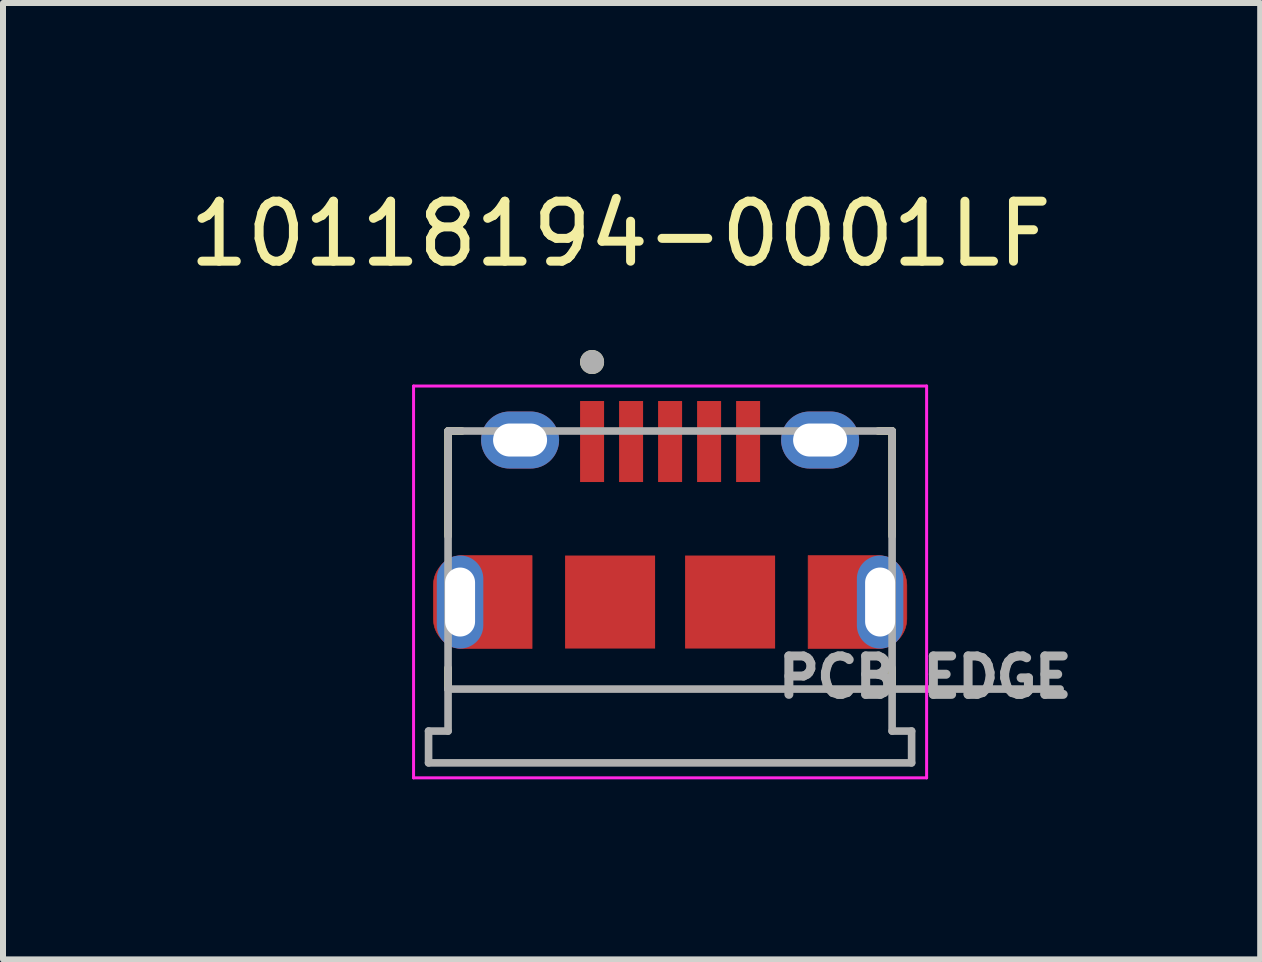
<source format=kicad_pcb>
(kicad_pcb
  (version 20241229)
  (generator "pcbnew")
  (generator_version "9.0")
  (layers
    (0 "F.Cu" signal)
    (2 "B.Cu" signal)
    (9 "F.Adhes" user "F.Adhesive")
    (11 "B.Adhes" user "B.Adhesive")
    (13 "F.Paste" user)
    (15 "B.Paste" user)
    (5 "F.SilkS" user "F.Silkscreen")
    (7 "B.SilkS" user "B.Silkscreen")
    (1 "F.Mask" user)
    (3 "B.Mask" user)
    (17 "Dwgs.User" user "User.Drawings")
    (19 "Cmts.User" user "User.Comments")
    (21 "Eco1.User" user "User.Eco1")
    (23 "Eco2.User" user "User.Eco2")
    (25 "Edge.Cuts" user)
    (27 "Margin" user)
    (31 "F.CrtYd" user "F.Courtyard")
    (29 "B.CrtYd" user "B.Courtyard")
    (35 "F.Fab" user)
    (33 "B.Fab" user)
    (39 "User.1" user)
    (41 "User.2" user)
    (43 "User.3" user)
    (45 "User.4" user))
  (footprint "10118194-0001LF"
    (layer "F.Cu")
    (at 8.117 6.983)
    (property "Reference" "10118194-0001LF" (at -0.825 -6.135 0) (layer "F.SilkS") (effects (font (size 1 1) (thickness 0.15))))
    (attr smd)
    (fp_poly (pts (xy -2.3 0.775) (xy -3.445 0.775) (xy -3.471 0.774) (xy -3.497 0.772) (xy -3.523 0.769) (xy -3.549 0.764) (xy -3.574 0.758) (xy -3.6 0.751) (xy -3.624 0.742) (xy -3.648 0.732) (xy -3.672 0.721) (xy -3.695 0.708) (xy -3.717 0.694) (xy -3.739 0.68) (xy -3.76 0.664) (xy -3.78 0.647) (xy -3.799 0.629) (xy -3.817 0.61) (xy -3.834 0.59) (xy -3.85 0.569) (xy -3.864 0.547) (xy -3.878 0.525) (xy -3.891 0.502) (xy -3.902 0.478) (xy -3.912 0.454) (xy -3.921 0.43) (xy -3.928 0.404) (xy -3.934 0.379) (xy -3.939 0.353) (xy -3.942 0.327) (xy -3.944 0.301) (xy -3.945 0.275) (xy -3.945 -0.275) (xy -3.944 -0.301) (xy -3.942 -0.327) (xy -3.939 -0.353) (xy -3.934 -0.379) (xy -3.928 -0.404) (xy -3.921 -0.43) (xy -3.912 -0.454) (xy -3.902 -0.478) (xy -3.891 -0.502) (xy -3.878 -0.525) (xy -3.864 -0.547) (xy -3.85 -0.569) (xy -3.834 -0.59) (xy -3.817 -0.61) (xy -3.799 -0.629) (xy -3.78 -0.647) (xy -3.76 -0.664) (xy -3.739 -0.68) (xy -3.717 -0.694) (xy -3.695 -0.708) (xy -3.672 -0.721) (xy -3.648 -0.732) (xy -3.624 -0.742) (xy -3.6 -0.751) (xy -3.574 -0.758) (xy -3.549 -0.764) (xy -3.523 -0.769) (xy -3.497 -0.772) (xy -3.471 -0.774) (xy -3.445 -0.775) (xy -2.3 -0.775) (xy -2.3 0.775)) (stroke (width 0.01) (type solid)) (fill yes) (layer "F.Cu"))
    (fp_poly (pts (xy 2.3 -0.775) (xy 3.445 -0.775) (xy 3.471 -0.774) (xy 3.497 -0.772) (xy 3.523 -0.769) (xy 3.549 -0.764) (xy 3.574 -0.758) (xy 3.6 -0.751) (xy 3.624 -0.742) (xy 3.648 -0.732) (xy 3.672 -0.721) (xy 3.695 -0.708) (xy 3.717 -0.694) (xy 3.739 -0.68) (xy 3.76 -0.664) (xy 3.78 -0.647) (xy 3.799 -0.629) (xy 3.817 -0.61) (xy 3.834 -0.59) (xy 3.85 -0.569) (xy 3.864 -0.547) (xy 3.878 -0.525) (xy 3.891 -0.502) (xy 3.902 -0.478) (xy 3.912 -0.454) (xy 3.921 -0.43) (xy 3.928 -0.404) (xy 3.934 -0.379) (xy 3.939 -0.353) (xy 3.942 -0.327) (xy 3.944 -0.301) (xy 3.945 -0.275) (xy 3.945 0.275) (xy 3.944 0.301) (xy 3.942 0.327) (xy 3.939 0.353) (xy 3.934 0.379) (xy 3.928 0.404) (xy 3.921 0.43) (xy 3.912 0.454) (xy 3.902 0.478) (xy 3.891 0.502) (xy 3.878 0.525) (xy 3.864 0.547) (xy 3.85 0.569) (xy 3.834 0.59) (xy 3.817 0.61) (xy 3.799 0.629) (xy 3.78 0.647) (xy 3.76 0.664) (xy 3.739 0.68) (xy 3.717 0.694) (xy 3.695 0.708) (xy 3.672 0.721) (xy 3.648 0.732) (xy 3.624 0.742) (xy 3.6 0.751) (xy 3.574 0.758) (xy 3.549 0.764) (xy 3.523 0.769) (xy 3.497 0.772) (xy 3.471 0.774) (xy 3.445 0.775) (xy 2.3 0.775) (xy 2.3 -0.775)) (stroke (width 0.01) (type solid)) (fill yes) (layer "F.Cu"))
    (fp_poly (pts (xy -2.2 0.875) (xy -3.445 0.875) (xy -3.476 0.874) (xy -3.508 0.872) (xy -3.539 0.868) (xy -3.57 0.862) (xy -3.6 0.855) (xy -3.63 0.846) (xy -3.66 0.835) (xy -3.689 0.823) (xy -3.717 0.81) (xy -3.745 0.795) (xy -3.772 0.778) (xy -3.798 0.76) (xy -3.823 0.741) (xy -3.846 0.721) (xy -3.869 0.699) (xy -3.891 0.676) (xy -3.911 0.653) (xy -3.93 0.628) (xy -3.948 0.602) (xy -3.965 0.575) (xy -3.98 0.547) (xy -3.993 0.519) (xy -4.005 0.49) (xy -4.016 0.46) (xy -4.025 0.43) (xy -4.032 0.4) (xy -4.038 0.369) (xy -4.042 0.338) (xy -4.044 0.306) (xy -4.045 0.275) (xy -4.045 -0.275) (xy -4.044 -0.306) (xy -4.042 -0.338) (xy -4.038 -0.369) (xy -4.032 -0.4) (xy -4.025 -0.43) (xy -4.016 -0.46) (xy -4.005 -0.49) (xy -3.993 -0.519) (xy -3.98 -0.547) (xy -3.965 -0.575) (xy -3.948 -0.602) (xy -3.93 -0.628) (xy -3.911 -0.653) (xy -3.891 -0.676) (xy -3.869 -0.699) (xy -3.846 -0.721) (xy -3.823 -0.741) (xy -3.798 -0.76) (xy -3.772 -0.778) (xy -3.745 -0.795) (xy -3.717 -0.81) (xy -3.689 -0.823) (xy -3.66 -0.835) (xy -3.63 -0.846) (xy -3.6 -0.855) (xy -3.57 -0.862) (xy -3.539 -0.868) (xy -3.508 -0.872) (xy -3.476 -0.874) (xy -3.445 -0.875) (xy -2.2 -0.875) (xy -2.2 0.875)) (stroke (width 0.01) (type solid)) (fill yes) (layer "F.Mask"))
    (fp_poly (pts (xy 2.2 -0.875) (xy 3.445 -0.875) (xy 3.476 -0.874) (xy 3.508 -0.872) (xy 3.539 -0.868) (xy 3.57 -0.862) (xy 3.6 -0.855) (xy 3.63 -0.846) (xy 3.66 -0.835) (xy 3.689 -0.823) (xy 3.717 -0.81) (xy 3.745 -0.795) (xy 3.772 -0.778) (xy 3.798 -0.76) (xy 3.823 -0.741) (xy 3.846 -0.721) (xy 3.869 -0.699) (xy 3.891 -0.676) (xy 3.911 -0.653) (xy 3.93 -0.628) (xy 3.948 -0.602) (xy 3.965 -0.575) (xy 3.98 -0.547) (xy 3.993 -0.519) (xy 4.005 -0.49) (xy 4.016 -0.46) (xy 4.025 -0.43) (xy 4.032 -0.4) (xy 4.038 -0.369) (xy 4.042 -0.338) (xy 4.044 -0.306) (xy 4.045 -0.275) (xy 4.045 0.275) (xy 4.044 0.306) (xy 4.042 0.338) (xy 4.038 0.369) (xy 4.032 0.4) (xy 4.025 0.43) (xy 4.016 0.46) (xy 4.005 0.49) (xy 3.993 0.519) (xy 3.98 0.547) (xy 3.965 0.575) (xy 3.948 0.602) (xy 3.93 0.628) (xy 3.911 0.653) (xy 3.891 0.676) (xy 3.869 0.699) (xy 3.846 0.721) (xy 3.823 0.741) (xy 3.798 0.76) (xy 3.772 0.778) (xy 3.745 0.795) (xy 3.717 0.81) (xy 3.689 0.823) (xy 3.66 0.835) (xy 3.63 0.846) (xy 3.6 0.855) (xy 3.57 0.862) (xy 3.539 0.868) (xy 3.508 0.872) (xy 3.476 0.874) (xy 3.445 0.875) (xy 2.2 0.875) (xy 2.2 -0.875)) (stroke (width 0.01) (type solid)) (fill yes) (layer "F.Mask"))
    (fp_poly (pts (xy -3.013 -0.388) (xy -3.013 0.388) (xy -3.013 0.413) (xy -3.015 0.438) (xy -3.019 0.464) (xy -3.023 0.489) (xy -3.029 0.514) (xy -3.036 0.538) (xy -3.045 0.562) (xy -3.055 0.586) (xy -3.066 0.609) (xy -3.078 0.631) (xy -3.091 0.653) (xy -3.106 0.674) (xy -3.121 0.694) (xy -3.138 0.714) (xy -3.155 0.732) (xy -3.174 0.75) (xy -3.193 0.766) (xy -3.213 0.782) (xy -3.234 0.796) (xy -3.256 0.81) (xy -3.279 0.822) (xy -3.302 0.833) (xy -3.325 0.843) (xy -3.349 0.851) (xy -3.374 0.858) (xy -3.399 0.864) (xy -3.424 0.869) (xy -3.449 0.872) (xy -3.474 0.874) (xy -3.5 0.875) (xy -3.526 0.874) (xy -3.551 0.872) (xy -3.576 0.869) (xy -3.601 0.864) (xy -3.626 0.858) (xy -3.651 0.851) (xy -3.675 0.843) (xy -3.698 0.833) (xy -3.721 0.822) (xy -3.744 0.81) (xy -3.766 0.796) (xy -3.787 0.782) (xy -3.807 0.766) (xy -3.826 0.75) (xy -3.845 0.732) (xy -3.862 0.714) (xy -3.879 0.694) (xy -3.894 0.674) (xy -3.909 0.653) (xy -3.922 0.631) (xy -3.934 0.609) (xy -3.945 0.586) (xy -3.955 0.562) (xy -3.964 0.538) (xy -3.971 0.514) (xy -3.977 0.489) (xy -3.981 0.464) (xy -3.985 0.438) (xy -3.987 0.413) (xy -3.987 0.388) (xy -3.987 -0.388) (xy -3.987 -0.413) (xy -3.985 -0.438) (xy -3.981 -0.464) (xy -3.977 -0.489) (xy -3.971 -0.514) (xy -3.964 -0.538) (xy -3.955 -0.562) (xy -3.945 -0.586) (xy -3.934 -0.609) (xy -3.922 -0.631) (xy -3.909 -0.653) (xy -3.894 -0.674) (xy -3.879 -0.694) (xy -3.862 -0.714) (xy -3.845 -0.732) (xy -3.826 -0.75) (xy -3.807 -0.766) (xy -3.787 -0.782) (xy -3.766 -0.796) (xy -3.744 -0.81) (xy -3.721 -0.822) (xy -3.698 -0.833) (xy -3.675 -0.843) (xy -3.651 -0.851) (xy -3.626 -0.858) (xy -3.601 -0.864) (xy -3.576 -0.869) (xy -3.551 -0.872) (xy -3.526 -0.874) (xy -3.5 -0.875) (xy -3.474 -0.874) (xy -3.449 -0.872) (xy -3.424 -0.869) (xy -3.399 -0.864) (xy -3.374 -0.858) (xy -3.349 -0.851) (xy -3.325 -0.843) (xy -3.302 -0.833) (xy -3.279 -0.822) (xy -3.256 -0.81) (xy -3.234 -0.796) (xy -3.213 -0.782) (xy -3.193 -0.766) (xy -3.174 -0.75) (xy -3.155 -0.732) (xy -3.138 -0.714) (xy -3.121 -0.694) (xy -3.106 -0.674) (xy -3.091 -0.653) (xy -3.078 -0.631) (xy -3.066 -0.609) (xy -3.055 -0.586) (xy -3.045 -0.562) (xy -3.036 -0.538) (xy -3.029 -0.514) (xy -3.023 -0.489) (xy -3.019 -0.464) (xy -3.015 -0.438) (xy -3.013 -0.413) (xy -3.013 -0.388) (xy -3.013 -0.388)) (stroke (width 0.01) (type solid)) (fill yes) (layer "B.Mask"))
    (fp_poly (pts (xy 3.987 -0.388) (xy 3.987 0.388) (xy 3.987 0.413) (xy 3.985 0.438) (xy 3.981 0.464) (xy 3.977 0.489) (xy 3.971 0.514) (xy 3.964 0.538) (xy 3.955 0.562) (xy 3.945 0.586) (xy 3.934 0.609) (xy 3.922 0.631) (xy 3.909 0.653) (xy 3.894 0.674) (xy 3.879 0.694) (xy 3.862 0.714) (xy 3.845 0.732) (xy 3.826 0.75) (xy 3.807 0.766) (xy 3.787 0.782) (xy 3.766 0.796) (xy 3.744 0.81) (xy 3.721 0.822) (xy 3.698 0.833) (xy 3.675 0.843) (xy 3.651 0.851) (xy 3.626 0.858) (xy 3.601 0.864) (xy 3.576 0.869) (xy 3.551 0.872) (xy 3.526 0.874) (xy 3.5 0.875) (xy 3.474 0.874) (xy 3.449 0.872) (xy 3.424 0.869) (xy 3.399 0.864) (xy 3.374 0.858) (xy 3.349 0.851) (xy 3.325 0.843) (xy 3.302 0.833) (xy 3.279 0.822) (xy 3.256 0.81) (xy 3.234 0.796) (xy 3.213 0.782) (xy 3.193 0.766) (xy 3.174 0.75) (xy 3.155 0.732) (xy 3.138 0.714) (xy 3.121 0.694) (xy 3.106 0.674) (xy 3.091 0.653) (xy 3.078 0.631) (xy 3.066 0.609) (xy 3.055 0.586) (xy 3.045 0.562) (xy 3.036 0.538) (xy 3.029 0.514) (xy 3.023 0.489) (xy 3.019 0.464) (xy 3.015 0.438) (xy 3.013 0.413) (xy 3.013 0.388) (xy 3.013 -0.388) (xy 3.013 -0.413) (xy 3.015 -0.438) (xy 3.019 -0.464) (xy 3.023 -0.489) (xy 3.029 -0.514) (xy 3.036 -0.538) (xy 3.045 -0.562) (xy 3.055 -0.586) (xy 3.066 -0.609) (xy 3.078 -0.631) (xy 3.091 -0.653) (xy 3.106 -0.674) (xy 3.121 -0.694) (xy 3.138 -0.714) (xy 3.155 -0.732) (xy 3.174 -0.75) (xy 3.193 -0.766) (xy 3.213 -0.782) (xy 3.234 -0.796) (xy 3.256 -0.81) (xy 3.279 -0.822) (xy 3.302 -0.833) (xy 3.325 -0.843) (xy 3.349 -0.851) (xy 3.374 -0.858) (xy 3.399 -0.864) (xy 3.424 -0.869) (xy 3.449 -0.872) (xy 3.474 -0.874) (xy 3.5 -0.875) (xy 3.526 -0.874) (xy 3.551 -0.872) (xy 3.576 -0.869) (xy 3.601 -0.864) (xy 3.626 -0.858) (xy 3.651 -0.851) (xy 3.675 -0.843) (xy 3.698 -0.833) (xy 3.721 -0.822) (xy 3.744 -0.81) (xy 3.766 -0.796) (xy 3.787 -0.782) (xy 3.807 -0.766) (xy 3.826 -0.75) (xy 3.845 -0.732) (xy 3.862 -0.714) (xy 3.879 -0.694) (xy 3.894 -0.674) (xy 3.909 -0.653) (xy 3.922 -0.631) (xy 3.934 -0.609) (xy 3.945 -0.586) (xy 3.955 -0.562) (xy 3.964 -0.538) (xy 3.971 -0.514) (xy 3.977 -0.489) (xy 3.981 -0.464) (xy 3.985 -0.438) (xy 3.987 -0.413) (xy 3.987 -0.388) (xy 3.987 -0.388)) (stroke (width 0.01) (type solid)) (fill yes) (layer "B.Mask"))
    (fp_line (start -3.7 -2.85) (end -3.47 -2.85) (stroke (width 0.127) (type solid)) (layer "F.SilkS"))
    (fp_line (start -3.7 -1.1) (end -3.7 -2.85) (stroke (width 0.127) (type solid)) (layer "F.SilkS"))
    (fp_line (start -3.7 1.45) (end -3.7 1.1) (stroke (width 0.127) (type solid)) (layer "F.SilkS"))
    (fp_line (start 3.47 -2.85) (end 3.7 -2.85) (stroke (width 0.127) (type solid)) (layer "F.SilkS"))
    (fp_line (start 3.7 -2.85) (end 3.7 -1.1) (stroke (width 0.127) (type solid)) (layer "F.SilkS"))
    (fp_line (start 3.7 1.1) (end 3.7 1.45) (stroke (width 0.127) (type solid)) (layer "F.SilkS"))
    (fp_circle (center -1.3 -4) (end -1.2 -4) (stroke (width 0.2) (type solid)) (fill no) (layer "F.SilkS"))
    (fp_poly (pts (xy -2.3 0.775) (xy -3.445 0.775) (xy -3.471 0.774) (xy -3.497 0.772) (xy -3.523 0.769) (xy -3.549 0.764) (xy -3.574 0.758) (xy -3.6 0.751) (xy -3.624 0.742) (xy -3.648 0.732) (xy -3.672 0.721) (xy -3.695 0.708) (xy -3.717 0.694) (xy -3.739 0.68) (xy -3.76 0.664) (xy -3.78 0.647) (xy -3.799 0.629) (xy -3.817 0.61) (xy -3.834 0.59) (xy -3.85 0.569) (xy -3.864 0.547) (xy -3.878 0.525) (xy -3.891 0.502) (xy -3.902 0.478) (xy -3.912 0.454) (xy -3.921 0.43) (xy -3.928 0.404) (xy -3.934 0.379) (xy -3.939 0.353) (xy -3.942 0.327) (xy -3.944 0.301) (xy -3.945 0.275) (xy -3.945 -0.275) (xy -3.944 -0.301) (xy -3.942 -0.327) (xy -3.939 -0.353) (xy -3.934 -0.379) (xy -3.928 -0.404) (xy -3.921 -0.43) (xy -3.912 -0.454) (xy -3.902 -0.478) (xy -3.891 -0.502) (xy -3.878 -0.525) (xy -3.864 -0.547) (xy -3.85 -0.569) (xy -3.834 -0.59) (xy -3.817 -0.61) (xy -3.799 -0.629) (xy -3.78 -0.647) (xy -3.76 -0.664) (xy -3.739 -0.68) (xy -3.717 -0.694) (xy -3.695 -0.708) (xy -3.672 -0.721) (xy -3.648 -0.732) (xy -3.624 -0.742) (xy -3.6 -0.751) (xy -3.574 -0.758) (xy -3.549 -0.764) (xy -3.523 -0.769) (xy -3.497 -0.772) (xy -3.471 -0.774) (xy -3.445 -0.775) (xy -2.3 -0.775) (xy -2.3 0.775)) (stroke (width 0.01) (type solid)) (fill yes) (layer "F.Paste"))
    (fp_poly (pts (xy 2.3 -0.775) (xy 3.445 -0.775) (xy 3.471 -0.774) (xy 3.497 -0.772) (xy 3.523 -0.769) (xy 3.549 -0.764) (xy 3.574 -0.758) (xy 3.6 -0.751) (xy 3.624 -0.742) (xy 3.648 -0.732) (xy 3.672 -0.721) (xy 3.695 -0.708) (xy 3.717 -0.694) (xy 3.739 -0.68) (xy 3.76 -0.664) (xy 3.78 -0.647) (xy 3.799 -0.629) (xy 3.817 -0.61) (xy 3.834 -0.59) (xy 3.85 -0.569) (xy 3.864 -0.547) (xy 3.878 -0.525) (xy 3.891 -0.502) (xy 3.902 -0.478) (xy 3.912 -0.454) (xy 3.921 -0.43) (xy 3.928 -0.404) (xy 3.934 -0.379) (xy 3.939 -0.353) (xy 3.942 -0.327) (xy 3.944 -0.301) (xy 3.945 -0.275) (xy 3.945 0.275) (xy 3.944 0.301) (xy 3.942 0.327) (xy 3.939 0.353) (xy 3.934 0.379) (xy 3.928 0.404) (xy 3.921 0.43) (xy 3.912 0.454) (xy 3.902 0.478) (xy 3.891 0.502) (xy 3.878 0.525) (xy 3.864 0.547) (xy 3.85 0.569) (xy 3.834 0.59) (xy 3.817 0.61) (xy 3.799 0.629) (xy 3.78 0.647) (xy 3.76 0.664) (xy 3.739 0.68) (xy 3.717 0.694) (xy 3.695 0.708) (xy 3.672 0.721) (xy 3.648 0.732) (xy 3.624 0.742) (xy 3.6 0.751) (xy 3.574 0.758) (xy 3.549 0.764) (xy 3.523 0.769) (xy 3.497 0.772) (xy 3.471 0.774) (xy 3.445 0.775) (xy 2.3 0.775) (xy 2.3 -0.775)) (stroke (width 0.01) (type solid)) (fill yes) (layer "F.Paste"))
    (fp_line (start -4.275 -3.6) (end -4.275 2.93) (stroke (width 0.05) (type solid)) (layer "F.CrtYd"))
    (fp_line (start -4.275 2.93) (end 4.275 2.93) (stroke (width 0.05) (type solid)) (layer "F.CrtYd"))
    (fp_line (start 4.275 -3.6) (end -4.275 -3.6) (stroke (width 0.05) (type solid)) (layer "F.CrtYd"))
    (fp_line (start 4.275 2.93) (end 4.275 -3.6) (stroke (width 0.05) (type solid)) (layer "F.CrtYd"))
    (fp_line (start -4.025 2.15) (end -3.7 2.15) (stroke (width 0.127) (type solid)) (layer "F.Fab"))
    (fp_line (start -4.025 2.68) (end -4.025 2.15) (stroke (width 0.127) (type solid)) (layer "F.Fab"))
    (fp_line (start -3.7 -2.85) (end 3.7 -2.85) (stroke (width 0.127) (type solid)) (layer "F.Fab"))
    (fp_line (start -3.7 1.45) (end -3.7 -2.85) (stroke (width 0.127) (type solid)) (layer "F.Fab"))
    (fp_line (start -3.7 1.45) (end 6.5 1.45) (stroke (width 0.127) (type solid)) (layer "F.Fab"))
    (fp_line (start -3.7 2.15) (end -3.7 1.45) (stroke (width 0.127) (type solid)) (layer "F.Fab"))
    (fp_line (start 3.7 -2.85) (end 3.7 2.15) (stroke (width 0.127) (type solid)) (layer "F.Fab"))
    (fp_line (start 4.025 2.15) (end 3.7 2.15) (stroke (width 0.127) (type solid)) (layer "F.Fab"))
    (fp_line (start 4.025 2.68) (end -4.025 2.68) (stroke (width 0.127) (type solid)) (layer "F.Fab"))
    (fp_line (start 4.025 2.68) (end 4.025 2.15) (stroke (width 0.127) (type solid)) (layer "F.Fab"))
    (fp_circle (center -1.3 -4) (end -1.2 -4) (stroke (width 0.2) (type solid)) (fill no) (layer "F.Fab"))
    (fp_text user "PCB EDGE" (at 4.25 1.25 0) (layer "F.Fab") (effects (font (size 0.64 0.64) (thickness 0.15))))
    (pad "1" smd rect (at -1.3 -2.675) (size 0.4 1.35) (layers "F.Cu" "F.Mask" "F.Paste"))
    (pad "2" smd rect (at -0.65 -2.675) (size 0.4 1.35) (layers "F.Cu" "F.Mask" "F.Paste"))
    (pad "3" smd rect (at 0 -2.675) (size 0.4 1.35) (layers "F.Cu" "F.Mask" "F.Paste"))
    (pad "4" smd rect (at 0.65 -2.675) (size 0.4 1.35) (layers "F.Cu" "F.Mask" "F.Paste"))
    (pad "5" smd rect (at 1.3 -2.675) (size 0.4 1.35) (layers "F.Cu" "F.Mask" "F.Paste"))
    (pad "SH1" thru_hole oval (at -3.5 0) (size 0.775 1.55) (drill oval 0.5 1.15) (layers "*.Cu"))
    (pad "SH2" smd rect (at 1 0) (size 1.5 1.55) (layers "F.Cu" "F.Mask" "F.Paste"))
    (pad "SH3" smd rect (at -1 0) (size 1.5 1.55) (layers "F.Cu" "F.Mask" "F.Paste"))
    (pad "SH4" thru_hole oval (at 3.5 0) (size 0.775 1.55) (drill oval 0.5 1.15) (layers "*.Cu"))
    (pad "SH5" thru_hole oval (at -2.5 -2.7) (size 1.3 0.95) (drill oval 0.9 0.55) (layers "*.Cu" "*.Mask"))
    (pad "SH6" thru_hole oval (at 2.5 -2.7) (size 1.3 0.95) (drill oval 0.9 0.55) (layers "*.Cu" "*.Mask")))
  (gr_rect
    (start -3 -3)
    (end 17.951 12.938)
    (stroke (width 0.1) (type default))
    (fill no)
    (layer "Edge.Cuts")))
</source>
